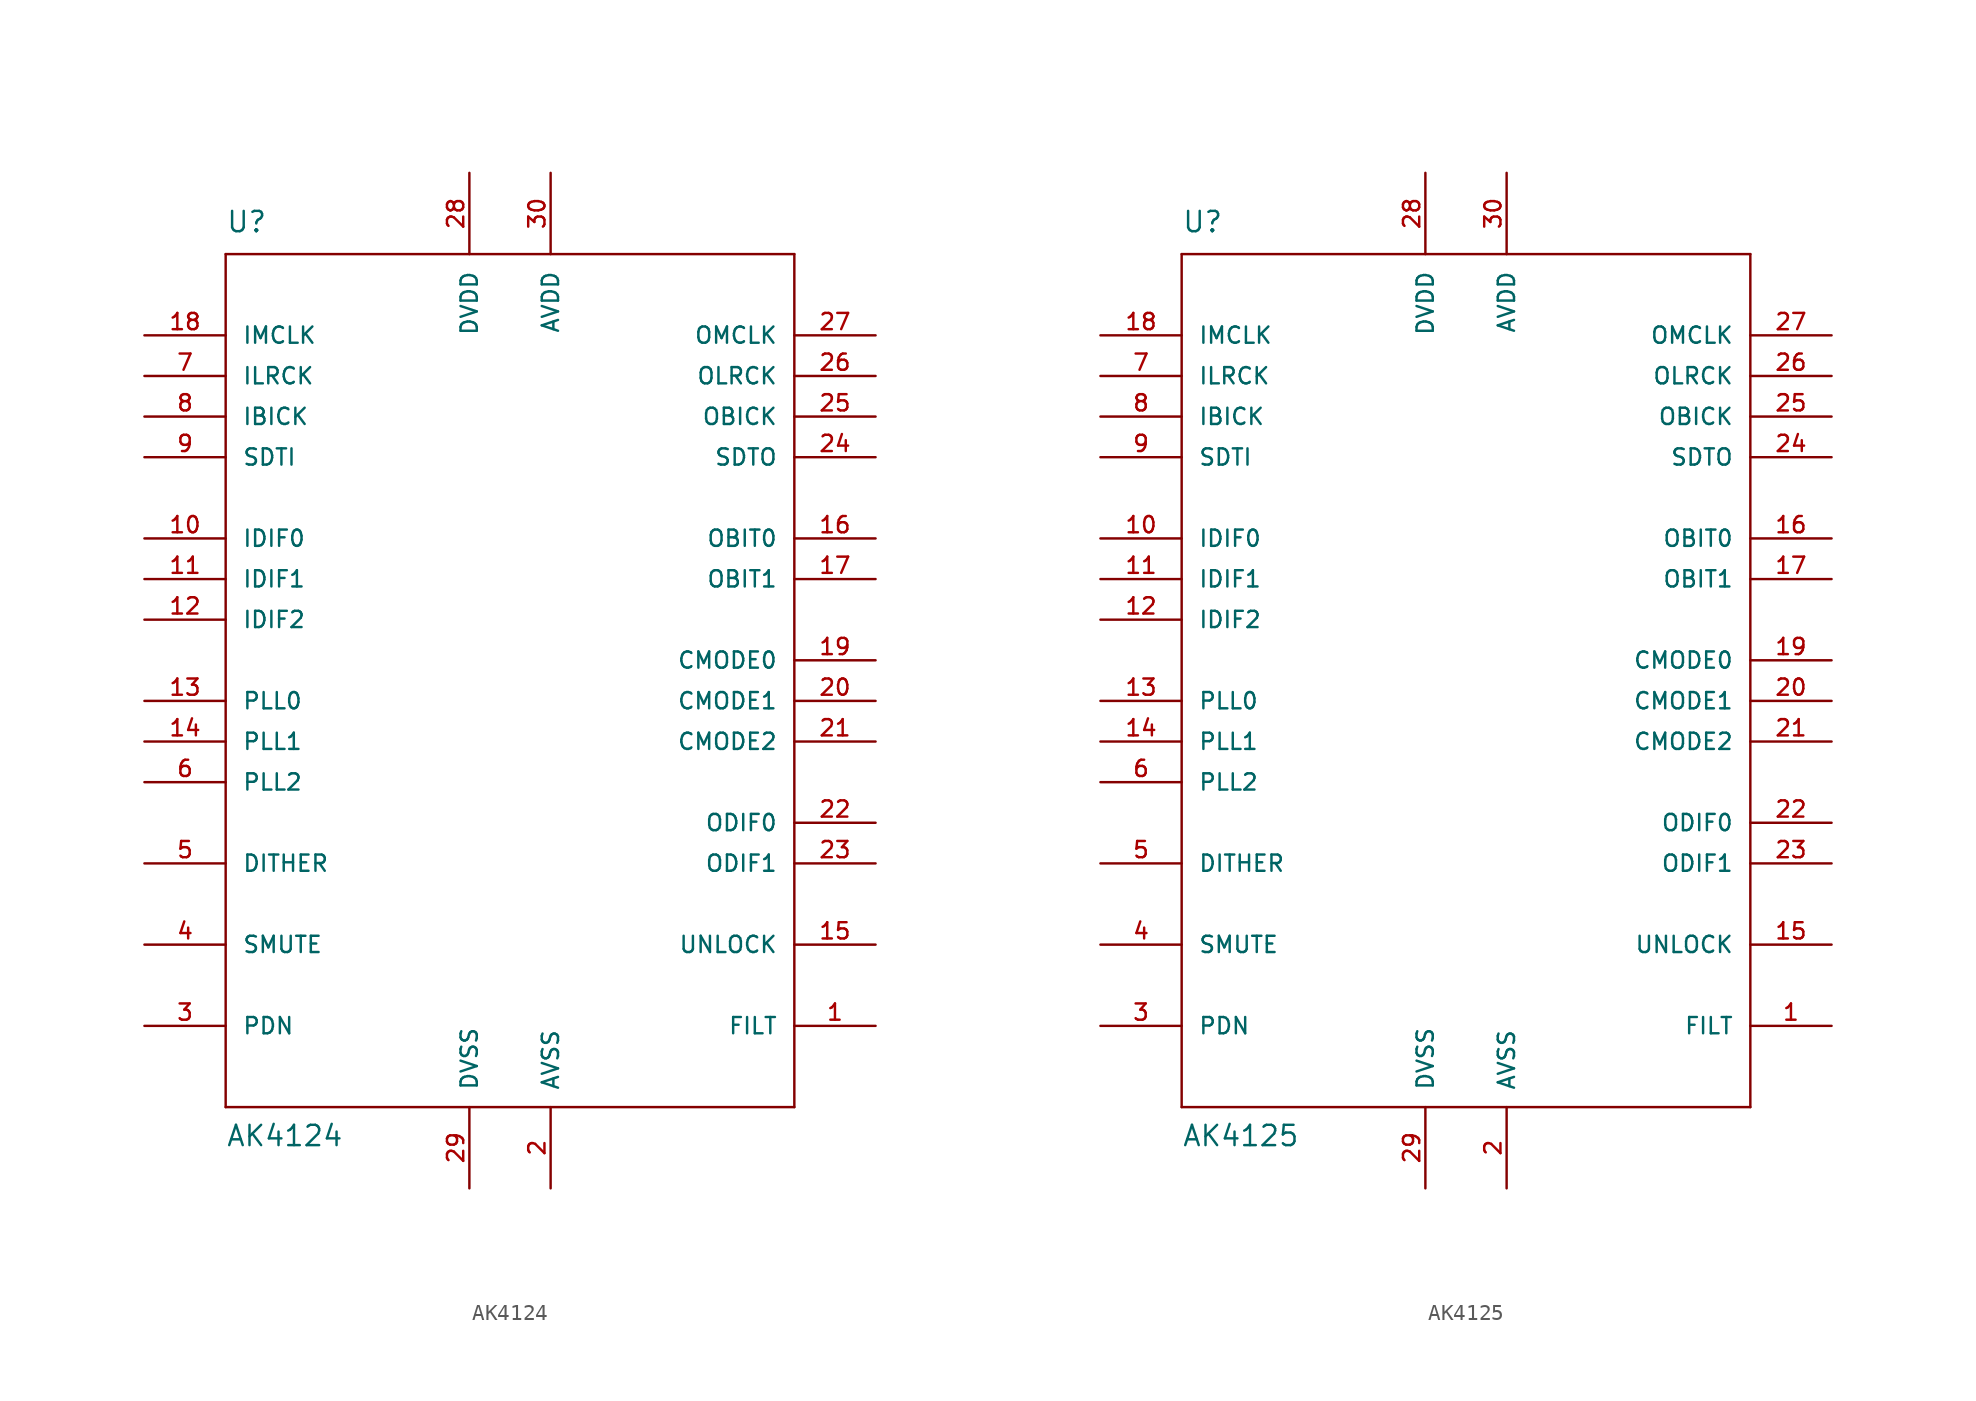
<source format=kicad_sym>
(kicad_symbol_lib
  (version 20211014)
  (generator kicad_symbol_editor)
  (symbol "AK4124"
    (pin_names
      (offset 1.016))
    (property "Reference" "U"
      (at -17.78 26.67 0)
      (effects (font (size 1.27 1.27)) (justify left bottom)))
    (property "Value" "AK4124"
      (at -17.78 -30.48 0)
      (effects (font (size 1.27 1.27)) (justify left bottom)))
    (property "ki_locked" ""
      (at 0 0 0)
      (effects (font (size 1.27 1.27))))
    (symbol "AK4124_1_0"
      (polyline (pts (xy -17.78 -27.94) (xy -17.78 25.4)) (stroke (width 0) (type default) (color 0 0 0 0)) (fill (type none)))
      (polyline (pts (xy -17.78 25.4) (xy 17.78 25.4)) (stroke (width 0) (type default) (color 0 0 0 0)) (fill (type none)))
      (polyline (pts (xy 17.78 -27.94) (xy -17.78 -27.94)) (stroke (width 0) (type default) (color 0 0 0 0)) (fill (type none)))
      (polyline (pts (xy 17.78 25.4) (xy 17.78 -27.94)) (stroke (width 0) (type default) (color 0 0 0 0)) (fill (type none))))
    (symbol "AK4124_1_1"
      (pin output line (at 22.86 -22.86 180) (length 5.08) (name "FILT" (effects (font (size 1.016 1.016)))) (number "1" (effects (font (size 1.016 1.016)))))
      (pin input line (at -22.86 7.62 0) (length 5.08) (name "IDIF0" (effects (font (size 1.016 1.016)))) (number "10" (effects (font (size 1.016 1.016)))))
      (pin input line (at -22.86 5.08 0) (length 5.08) (name "IDIF1" (effects (font (size 1.016 1.016)))) (number "11" (effects (font (size 1.016 1.016)))))
      (pin input line (at -22.86 2.54 0) (length 5.08) (name "IDIF2" (effects (font (size 1.016 1.016)))) (number "12" (effects (font (size 1.016 1.016)))))
      (pin input line (at -22.86 -2.54 0) (length 5.08) (name "PLL0" (effects (font (size 1.016 1.016)))) (number "13" (effects (font (size 1.016 1.016)))))
      (pin input line (at -22.86 -5.08 0) (length 5.08) (name "PLL1" (effects (font (size 1.016 1.016)))) (number "14" (effects (font (size 1.016 1.016)))))
      (pin output line (at 22.86 -17.78 180) (length 5.08) (name "UNLOCK" (effects (font (size 1.016 1.016)))) (number "15" (effects (font (size 1.016 1.016)))))
      (pin input line (at 22.86 7.62 180) (length 5.08) (name "OBIT0" (effects (font (size 1.016 1.016)))) (number "16" (effects (font (size 1.016 1.016)))))
      (pin input line (at 22.86 5.08 180) (length 5.08) (name "OBIT1" (effects (font (size 1.016 1.016)))) (number "17" (effects (font (size 1.016 1.016)))))
      (pin input line (at -22.86 20.32 0) (length 5.08) (name "IMCLK" (effects (font (size 1.016 1.016)))) (number "18" (effects (font (size 1.016 1.016)))))
      (pin input line (at 22.86 0 180) (length 5.08) (name "CMODE0" (effects (font (size 1.016 1.016)))) (number "19" (effects (font (size 1.016 1.016)))))
      (pin power_in line (at 2.54 -33.02 90) (length 5.08) (name "AVSS" (effects (font (size 1.016 1.016)))) (number "2" (effects (font (size 1.016 1.016)))))
      (pin input line (at 22.86 -2.54 180) (length 5.08) (name "CMODE1" (effects (font (size 1.016 1.016)))) (number "20" (effects (font (size 1.016 1.016)))))
      (pin input line (at 22.86 -5.08 180) (length 5.08) (name "CMODE2" (effects (font (size 1.016 1.016)))) (number "21" (effects (font (size 1.016 1.016)))))
      (pin input line (at 22.86 -10.16 180) (length 5.08) (name "ODIF0" (effects (font (size 1.016 1.016)))) (number "22" (effects (font (size 1.016 1.016)))))
      (pin input line (at 22.86 -12.7 180) (length 5.08) (name "ODIF1" (effects (font (size 1.016 1.016)))) (number "23" (effects (font (size 1.016 1.016)))))
      (pin output line (at 22.86 12.7 180) (length 5.08) (name "SDTO" (effects (font (size 1.016 1.016)))) (number "24" (effects (font (size 1.016 1.016)))))
      (pin bidirectional line (at 22.86 15.24 180) (length 5.08) (name "OBICK" (effects (font (size 1.016 1.016)))) (number "25" (effects (font (size 1.016 1.016)))))
      (pin bidirectional line (at 22.86 17.78 180) (length 5.08) (name "OLRCK" (effects (font (size 1.016 1.016)))) (number "26" (effects (font (size 1.016 1.016)))))
      (pin input line (at 22.86 20.32 180) (length 5.08) (name "OMCLK" (effects (font (size 1.016 1.016)))) (number "27" (effects (font (size 1.016 1.016)))))
      (pin power_in line (at -2.54 30.48 270) (length 5.08) (name "DVDD" (effects (font (size 1.016 1.016)))) (number "28" (effects (font (size 1.016 1.016)))))
      (pin power_in line (at -2.54 -33.02 90) (length 5.08) (name "DVSS" (effects (font (size 1.016 1.016)))) (number "29" (effects (font (size 1.016 1.016)))))
      (pin input line (at -22.86 -22.86 0) (length 5.08) (name "PDN" (effects (font (size 1.016 1.016)))) (number "3" (effects (font (size 1.016 1.016)))))
      (pin power_in line (at 2.54 30.48 270) (length 5.08) (name "AVDD" (effects (font (size 1.016 1.016)))) (number "30" (effects (font (size 1.016 1.016)))))
      (pin input line (at -22.86 -17.78 0) (length 5.08) (name "SMUTE" (effects (font (size 1.016 1.016)))) (number "4" (effects (font (size 1.016 1.016)))))
      (pin input line (at -22.86 -12.7 0) (length 5.08) (name "DITHER" (effects (font (size 1.016 1.016)))) (number "5" (effects (font (size 1.016 1.016)))))
      (pin input line (at -22.86 -7.62 0) (length 5.08) (name "PLL2" (effects (font (size 1.016 1.016)))) (number "6" (effects (font (size 1.016 1.016)))))
      (pin bidirectional line (at -22.86 17.78 0) (length 5.08) (name "ILRCK" (effects (font (size 1.016 1.016)))) (number "7" (effects (font (size 1.016 1.016)))))
      (pin bidirectional line (at -22.86 15.24 0) (length 5.08) (name "IBICK" (effects (font (size 1.016 1.016)))) (number "8" (effects (font (size 1.016 1.016)))))
      (pin input line (at -22.86 12.7 0) (length 5.08) (name "SDTI" (effects (font (size 1.016 1.016)))) (number "9" (effects (font (size 1.016 1.016)))))))
  (symbol "AK4125"
    (pin_names
      (offset 1.016))
    (property "Reference" "U"
      (at -17.78 26.67 0)
      (effects (font (size 1.27 1.27)) (justify left bottom)))
    (property "Value" "AK4125"
      (at -17.78 -30.48 0)
      (effects (font (size 1.27 1.27)) (justify left bottom)))
    (property "ki_locked" ""
      (at 0 0 0)
      (effects (font (size 1.27 1.27))))
    (symbol "AK4125_1_0"
      (polyline (pts (xy -17.78 -27.94) (xy -17.78 25.4)) (stroke (width 0) (type default) (color 0 0 0 0)) (fill (type none)))
      (polyline (pts (xy -17.78 25.4) (xy 17.78 25.4)) (stroke (width 0) (type default) (color 0 0 0 0)) (fill (type none)))
      (polyline (pts (xy 17.78 -27.94) (xy -17.78 -27.94)) (stroke (width 0) (type default) (color 0 0 0 0)) (fill (type none)))
      (polyline (pts (xy 17.78 25.4) (xy 17.78 -27.94)) (stroke (width 0) (type default) (color 0 0 0 0)) (fill (type none))))
    (symbol "AK4125_1_1"
      (pin output line (at 22.86 -22.86 180) (length 5.08) (name "FILT" (effects (font (size 1.016 1.016)))) (number "1" (effects (font (size 1.016 1.016)))))
      (pin input line (at -22.86 7.62 0) (length 5.08) (name "IDIF0" (effects (font (size 1.016 1.016)))) (number "10" (effects (font (size 1.016 1.016)))))
      (pin input line (at -22.86 5.08 0) (length 5.08) (name "IDIF1" (effects (font (size 1.016 1.016)))) (number "11" (effects (font (size 1.016 1.016)))))
      (pin input line (at -22.86 2.54 0) (length 5.08) (name "IDIF2" (effects (font (size 1.016 1.016)))) (number "12" (effects (font (size 1.016 1.016)))))
      (pin input line (at -22.86 -2.54 0) (length 5.08) (name "PLL0" (effects (font (size 1.016 1.016)))) (number "13" (effects (font (size 1.016 1.016)))))
      (pin input line (at -22.86 -5.08 0) (length 5.08) (name "PLL1" (effects (font (size 1.016 1.016)))) (number "14" (effects (font (size 1.016 1.016)))))
      (pin output line (at 22.86 -17.78 180) (length 5.08) (name "UNLOCK" (effects (font (size 1.016 1.016)))) (number "15" (effects (font (size 1.016 1.016)))))
      (pin input line (at 22.86 7.62 180) (length 5.08) (name "OBIT0" (effects (font (size 1.016 1.016)))) (number "16" (effects (font (size 1.016 1.016)))))
      (pin input line (at 22.86 5.08 180) (length 5.08) (name "OBIT1" (effects (font (size 1.016 1.016)))) (number "17" (effects (font (size 1.016 1.016)))))
      (pin input line (at -22.86 20.32 0) (length 5.08) (name "IMCLK" (effects (font (size 1.016 1.016)))) (number "18" (effects (font (size 1.016 1.016)))))
      (pin input line (at 22.86 0 180) (length 5.08) (name "CMODE0" (effects (font (size 1.016 1.016)))) (number "19" (effects (font (size 1.016 1.016)))))
      (pin power_in line (at 2.54 -33.02 90) (length 5.08) (name "AVSS" (effects (font (size 1.016 1.016)))) (number "2" (effects (font (size 1.016 1.016)))))
      (pin input line (at 22.86 -2.54 180) (length 5.08) (name "CMODE1" (effects (font (size 1.016 1.016)))) (number "20" (effects (font (size 1.016 1.016)))))
      (pin input line (at 22.86 -5.08 180) (length 5.08) (name "CMODE2" (effects (font (size 1.016 1.016)))) (number "21" (effects (font (size 1.016 1.016)))))
      (pin input line (at 22.86 -10.16 180) (length 5.08) (name "ODIF0" (effects (font (size 1.016 1.016)))) (number "22" (effects (font (size 1.016 1.016)))))
      (pin input line (at 22.86 -12.7 180) (length 5.08) (name "ODIF1" (effects (font (size 1.016 1.016)))) (number "23" (effects (font (size 1.016 1.016)))))
      (pin output line (at 22.86 12.7 180) (length 5.08) (name "SDTO" (effects (font (size 1.016 1.016)))) (number "24" (effects (font (size 1.016 1.016)))))
      (pin bidirectional line (at 22.86 15.24 180) (length 5.08) (name "OBICK" (effects (font (size 1.016 1.016)))) (number "25" (effects (font (size 1.016 1.016)))))
      (pin bidirectional line (at 22.86 17.78 180) (length 5.08) (name "OLRCK" (effects (font (size 1.016 1.016)))) (number "26" (effects (font (size 1.016 1.016)))))
      (pin input line (at 22.86 20.32 180) (length 5.08) (name "OMCLK" (effects (font (size 1.016 1.016)))) (number "27" (effects (font (size 1.016 1.016)))))
      (pin power_in line (at -2.54 30.48 270) (length 5.08) (name "DVDD" (effects (font (size 1.016 1.016)))) (number "28" (effects (font (size 1.016 1.016)))))
      (pin power_in line (at -2.54 -33.02 90) (length 5.08) (name "DVSS" (effects (font (size 1.016 1.016)))) (number "29" (effects (font (size 1.016 1.016)))))
      (pin input line (at -22.86 -22.86 0) (length 5.08) (name "PDN" (effects (font (size 1.016 1.016)))) (number "3" (effects (font (size 1.016 1.016)))))
      (pin power_in line (at 2.54 30.48 270) (length 5.08) (name "AVDD" (effects (font (size 1.016 1.016)))) (number "30" (effects (font (size 1.016 1.016)))))
      (pin input line (at -22.86 -17.78 0) (length 5.08) (name "SMUTE" (effects (font (size 1.016 1.016)))) (number "4" (effects (font (size 1.016 1.016)))))
      (pin input line (at -22.86 -12.7 0) (length 5.08) (name "DITHER" (effects (font (size 1.016 1.016)))) (number "5" (effects (font (size 1.016 1.016)))))
      (pin input line (at -22.86 -7.62 0) (length 5.08) (name "PLL2" (effects (font (size 1.016 1.016)))) (number "6" (effects (font (size 1.016 1.016)))))
      (pin bidirectional line (at -22.86 17.78 0) (length 5.08) (name "ILRCK" (effects (font (size 1.016 1.016)))) (number "7" (effects (font (size 1.016 1.016)))))
      (pin bidirectional line (at -22.86 15.24 0) (length 5.08) (name "IBICK" (effects (font (size 1.016 1.016)))) (number "8" (effects (font (size 1.016 1.016)))))
      (pin input line (at -22.86 12.7 0) (length 5.08) (name "SDTI" (effects (font (size 1.016 1.016)))) (number "9" (effects (font (size 1.016 1.016))))))))
</source>
